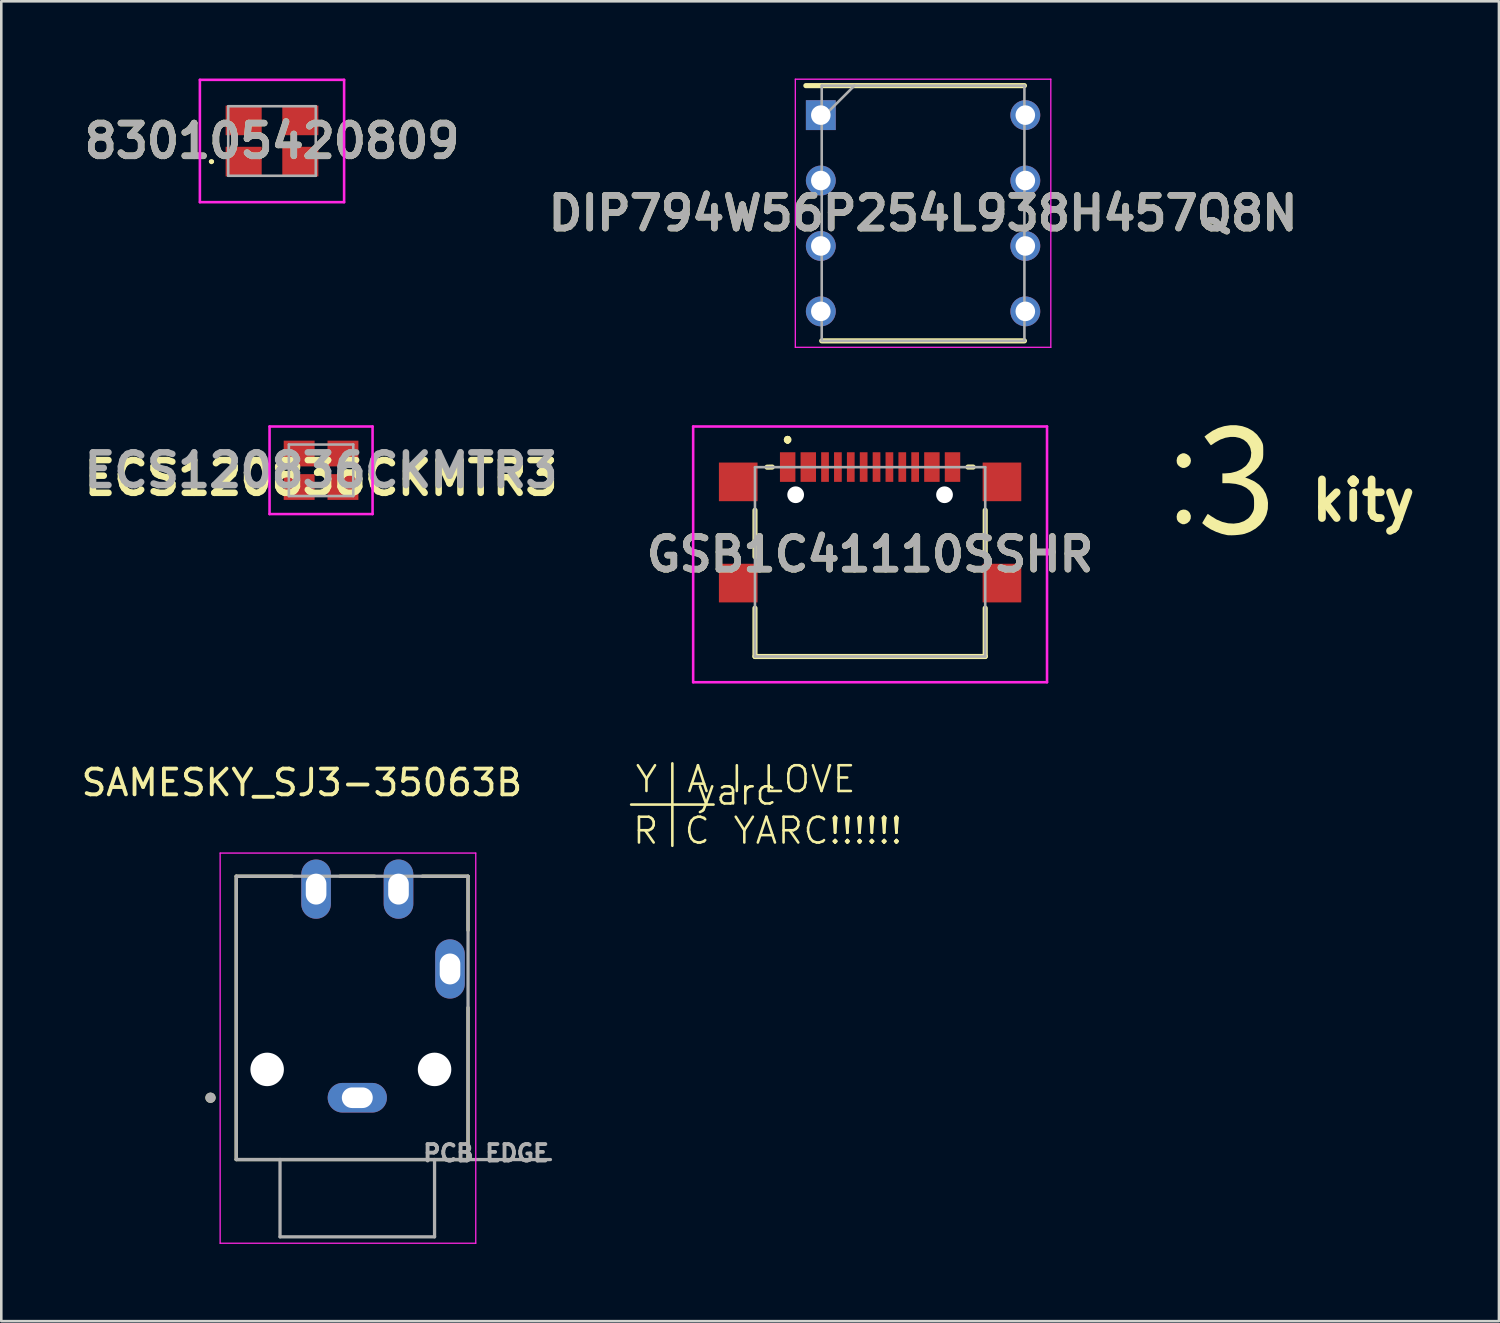
<source format=kicad_pcb>
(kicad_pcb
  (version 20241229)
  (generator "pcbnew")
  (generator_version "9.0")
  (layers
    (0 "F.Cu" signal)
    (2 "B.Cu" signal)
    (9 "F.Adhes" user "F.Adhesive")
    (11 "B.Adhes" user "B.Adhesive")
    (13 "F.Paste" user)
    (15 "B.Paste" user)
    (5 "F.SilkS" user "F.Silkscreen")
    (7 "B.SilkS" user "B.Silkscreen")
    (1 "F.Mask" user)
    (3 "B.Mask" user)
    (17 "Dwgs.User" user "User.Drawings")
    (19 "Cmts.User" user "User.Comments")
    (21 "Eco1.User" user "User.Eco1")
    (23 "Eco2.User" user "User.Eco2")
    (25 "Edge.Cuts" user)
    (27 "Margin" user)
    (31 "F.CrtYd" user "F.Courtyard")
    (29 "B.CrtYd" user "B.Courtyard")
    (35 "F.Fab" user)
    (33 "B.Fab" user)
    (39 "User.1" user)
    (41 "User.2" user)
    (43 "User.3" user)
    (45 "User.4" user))
  (footprint "GSB1C41110SSHR"
    (layer "F.Cu")
    (at 30.734 18.475)
    (property "Reference" "GSB1C41110SSHR" (at 0 0 0) (layer "F.SilkS") (effects (font (size 1.27 1.27) (thickness 0.254))))
    (attr through_hole)
    (fp_line (start -4.47 -1.712) (end -4.47 0.088) (stroke (width 0.2) (type solid)) (layer "F.SilkS"))
    (fp_line (start -4.47 2.088) (end -4.47 3.965) (stroke (width 0.2) (type solid)) (layer "F.SilkS"))
    (fp_line (start -4.47 3.965) (end 4.47 3.965) (stroke (width 0.2) (type solid)) (layer "F.SilkS"))
    (fp_line (start -4 -3.385) (end -3.8 -3.39) (stroke (width 0.2) (type solid)) (layer "F.SilkS"))
    (fp_line (start -3.2 -4.5) (end -3.2 -4.5) (stroke (width 0.2) (type solid)) (layer "F.SilkS"))
    (fp_line (start -3.2 -4.5) (end -3.2 -4.5) (stroke (width 0.2) (type solid)) (layer "F.SilkS"))
    (fp_line (start -3.2 -4.4) (end -3.2 -4.4) (stroke (width 0.2) (type solid)) (layer "F.SilkS"))
    (fp_line (start 3.8 -3.39) (end 4 -3.39) (stroke (width 0.2) (type solid)) (layer "F.SilkS"))
    (fp_line (start 4.47 0.088) (end 4.47 -1.712) (stroke (width 0.2) (type solid)) (layer "F.SilkS"))
    (fp_line (start 4.47 3.965) (end 4.47 2.088) (stroke (width 0.2) (type solid)) (layer "F.SilkS"))
    (fp_arc (start -3.2 -4.5) (mid -3.15 -4.45) (end -3.2 -4.4) (stroke (width 0.2) (type solid)) (layer "F.SilkS"))
    (fp_arc (start -3.2 -4.4) (mid -3.25 -4.45) (end -3.2 -4.5) (stroke (width 0.2) (type solid)) (layer "F.SilkS"))
    (fp_arc (start -3.2 -4.4) (mid -3.25 -4.45) (end -3.2 -4.5) (stroke (width 0.2) (type solid)) (layer "F.SilkS"))
    (fp_line (start -6.87 -4.965) (end 6.87 -4.965) (stroke (width 0.1) (type solid)) (layer "F.CrtYd"))
    (fp_line (start -6.87 4.965) (end -6.87 -4.965) (stroke (width 0.1) (type solid)) (layer "F.CrtYd"))
    (fp_line (start 6.87 -4.965) (end 6.87 4.965) (stroke (width 0.1) (type solid)) (layer "F.CrtYd"))
    (fp_line (start 6.87 4.965) (end -6.87 4.965) (stroke (width 0.1) (type solid)) (layer "F.CrtYd"))
    (fp_line (start -4.47 -3.385) (end -4.47 3.965) (stroke (width 0.1) (type solid)) (layer "F.Fab"))
    (fp_line (start -4.47 3.965) (end 4.47 3.965) (stroke (width 0.1) (type solid)) (layer "F.Fab"))
    (fp_line (start 4.47 -3.385) (end -4.47 -3.385) (stroke (width 0.1) (type solid)) (layer "F.Fab"))
    (fp_line (start 4.47 3.965) (end 4.47 -3.385) (stroke (width 0.1) (type solid)) (layer "F.Fab"))
    (fp_text user "${REFERENCE}" (at 0 0 0) (layer "F.Fab") (effects (font (size 1.27 1.27) (thickness 0.254))))
    (pad "" np_thru_hole circle (at -2.89 -2.315) (size 0.65 0.65) (drill 0.65) (layers "*.Cu" "*.Mask"))
    (pad "" np_thru_hole circle (at 2.89 -2.315) (size 0.65 0.65) (drill 0.65) (layers "*.Cu" "*.Mask"))
    (pad "A1" smd rect (at -3.2 -3.39) (size 0.6 1.15) (layers "F.Cu" "F.Mask" "F.Paste"))
    (pad "A4" smd rect (at -2.4 -3.39) (size 0.6 1.15) (layers "F.Cu" "F.Mask" "F.Paste"))
    (pad "A5" smd rect (at -1.25 -3.39) (size 0.3 1.15) (layers "F.Cu" "F.Mask" "F.Paste"))
    (pad "A6" smd rect (at -0.25 -3.39) (size 0.3 1.15) (layers "F.Cu" "F.Mask" "F.Paste"))
    (pad "A7" smd rect (at 0.25 -3.39) (size 0.3 1.15) (layers "F.Cu" "F.Mask" "F.Paste"))
    (pad "A8" smd rect (at 1.25 -3.39) (size 0.3 1.15) (layers "F.Cu" "F.Mask" "F.Paste"))
    (pad "A9" smd rect (at 2.4 -3.39) (size 0.6 1.15) (layers "F.Cu" "F.Mask" "F.Paste"))
    (pad "A12" smd rect (at 3.2 -3.39) (size 0.6 1.15) (layers "F.Cu" "F.Mask" "F.Paste"))
    (pad "B5" smd rect (at 1.75 -3.39) (size 0.3 1.15) (layers "F.Cu" "F.Mask" "F.Paste"))
    (pad "B6" smd rect (at 0.75 -3.39) (size 0.3 1.15) (layers "F.Cu" "F.Mask" "F.Paste"))
    (pad "B7" smd rect (at -0.75 -3.39) (size 0.3 1.15) (layers "F.Cu" "F.Mask" "F.Paste"))
    (pad "B8" smd rect (at -1.75 -3.39) (size 0.3 1.15) (layers "F.Cu" "F.Mask" "F.Paste"))
    (pad "MP1" smd rect (at -5.12 -2.815 90) (size 1.5 1.5) (layers "F.Cu" "F.Mask" "F.Paste"))
    (pad "MP2" smd rect (at 5.12 -2.815 90) (size 1.5 1.5) (layers "F.Cu" "F.Mask" "F.Paste"))
    (pad "MP3" smd rect (at -5.12 1.115 90) (size 1.5 1.5) (layers "F.Cu" "F.Mask" "F.Paste"))
    (pad "MP4" smd rect (at 5.12 1.115 90) (size 1.5 1.5) (layers "F.Cu" "F.Mask" "F.Paste")))
  (footprint "DIP794W56P254L938H457Q8N"
    (layer "F.Cu")
    (at 32.791 5.23)
    (property "Reference" "DIP794W56P254L938H457Q8N" (at 0 0 0) (layer "F.SilkS") (effects (font (size 1.27 1.27) (thickness 0.254))))
    (attr through_hole)
    (fp_line (start -4.55 -4.955) (end 3.935 -4.955) (stroke (width 0.2) (type solid)) (layer "F.SilkS"))
    (fp_line (start -3.935 4.955) (end 3.935 4.955) (stroke (width 0.2) (type solid)) (layer "F.SilkS"))
    (fp_line (start -4.96 -5.205) (end 4.96 -5.205) (stroke (width 0.05) (type solid)) (layer "F.CrtYd"))
    (fp_line (start -4.96 5.205) (end -4.96 -5.205) (stroke (width 0.05) (type solid)) (layer "F.CrtYd"))
    (fp_line (start 4.96 -5.205) (end 4.96 5.205) (stroke (width 0.05) (type solid)) (layer "F.CrtYd"))
    (fp_line (start 4.96 5.205) (end -4.96 5.205) (stroke (width 0.05) (type solid)) (layer "F.CrtYd"))
    (fp_line (start -3.935 -4.955) (end 3.935 -4.955) (stroke (width 0.1) (type solid)) (layer "F.Fab"))
    (fp_line (start -3.935 -3.685) (end -2.665 -4.955) (stroke (width 0.1) (type solid)) (layer "F.Fab"))
    (fp_line (start -3.935 4.955) (end -3.935 -4.955) (stroke (width 0.1) (type solid)) (layer "F.Fab"))
    (fp_line (start 3.935 -4.955) (end 3.935 4.955) (stroke (width 0.1) (type solid)) (layer "F.Fab"))
    (fp_line (start 3.935 4.955) (end -3.935 4.955) (stroke (width 0.1) (type solid)) (layer "F.Fab"))
    (fp_text user "${REFERENCE}" (at 0 0 0) (layer "F.Fab") (effects (font (size 1.27 1.27) (thickness 0.254))))
    (pad "1" thru_hole rect (at -3.97 -3.81) (size 1.16 1.16) (drill 0.76) (layers "*.Cu" "*.Mask"))
    (pad "2" thru_hole circle (at -3.97 -1.27) (size 1.16 1.16) (drill 0.76) (layers "*.Cu" "*.Mask"))
    (pad "3" thru_hole circle (at -3.97 1.27) (size 1.16 1.16) (drill 0.76) (layers "*.Cu" "*.Mask"))
    (pad "4" thru_hole circle (at -3.97 3.81) (size 1.16 1.16) (drill 0.76) (layers "*.Cu" "*.Mask"))
    (pad "5" thru_hole circle (at 3.97 3.81) (size 1.16 1.16) (drill 0.76) (layers "*.Cu" "*.Mask"))
    (pad "6" thru_hole circle (at 3.97 1.27) (size 1.16 1.16) (drill 0.76) (layers "*.Cu" "*.Mask"))
    (pad "7" thru_hole circle (at 3.97 -1.27) (size 1.16 1.16) (drill 0.76) (layers "*.Cu" "*.Mask"))
    (pad "8" thru_hole circle (at 3.97 -3.81) (size 1.16 1.16) (drill 0.76) (layers "*.Cu" "*.Mask")))
  (footprint "yarc"
    (layer "F.Cu")
    (at 25.556 28.19)
    (property "Reference" "yarc" (at 0 -0.5 0) (unlocked yes) (layer "F.SilkS") (effects (font (size 1 1) (thickness 0.1))))
    (fp_line (start -4.1 0) (end -0.9 0) (stroke (width 0.1) (type default)) (layer "F.SilkS"))
    (fp_line (start -2.5 -1.6) (end -2.5 1.6) (stroke (width 0.1) (type default)) (layer "F.SilkS"))
    (fp_text user "R" (at -4.1 1.6 0) (unlocked yes) (layer "F.SilkS") (effects (font (size 1 1) (thickness 0.1)) (justify left bottom)))
    (fp_text user "I LOVE" (at -0.3 -0.4 0) (unlocked yes) (layer "F.SilkS") (effects (font (size 1 1) (thickness 0.1)) (justify left bottom)))
    (fp_text user "C" (at -2.1 1.6 0) (unlocked yes) (layer "F.SilkS") (effects (font (size 1 1) (thickness 0.1)) (justify left bottom)))
    (fp_text user "A" (at -2 -0.4 0) (unlocked yes) (layer "F.SilkS") (effects (font (size 1 1) (thickness 0.1)) (justify left bottom)))
    (fp_text user "Y" (at -4 -0.4 0) (unlocked yes) (layer "F.SilkS") (effects (font (size 1 1) (thickness 0.1)) (justify left bottom)))
    (fp_text user "YARC!!!!!!" (at -0.2 1.6 0) (unlocked yes) (layer "F.SilkS") (effects (font (size 1 1) (thickness 0.1)) (justify left bottom))))
  (footprint "830105420809"
    (layer "F.Cu")
    (at 7.511 2.425)
    (property "Reference" "830105420809" (at 0 0 0) (layer "F.SilkS") (effects (font (size 1.27 1.27) (thickness 0.254))))
    (attr smd)
    (fp_line (start -2.4 0.8) (end -2.4 0.8) (stroke (width 0.1) (type solid)) (layer "F.SilkS"))
    (fp_line (start -2.3 0.8) (end -2.3 0.8) (stroke (width 0.1) (type solid)) (layer "F.SilkS"))
    (fp_arc (start -2.4 0.8) (mid -2.35 0.75) (end -2.3 0.8) (stroke (width 0.1) (type solid)) (layer "F.SilkS"))
    (fp_arc (start -2.3 0.8) (mid -2.35 0.85) (end -2.4 0.8) (stroke (width 0.1) (type solid)) (layer "F.SilkS"))
    (fp_line (start -2.8 -2.375) (end 2.8 -2.375) (stroke (width 0.1) (type solid)) (layer "F.CrtYd"))
    (fp_line (start -2.8 2.375) (end -2.8 -2.375) (stroke (width 0.1) (type solid)) (layer "F.CrtYd"))
    (fp_line (start 2.8 -2.375) (end 2.8 2.375) (stroke (width 0.1) (type solid)) (layer "F.CrtYd"))
    (fp_line (start 2.8 2.375) (end -2.8 2.375) (stroke (width 0.1) (type solid)) (layer "F.CrtYd"))
    (fp_line (start -1.7 -1.35) (end 1.7 -1.35) (stroke (width 0.1) (type solid)) (layer "F.Fab"))
    (fp_line (start -1.7 1.35) (end -1.7 -1.35) (stroke (width 0.1) (type solid)) (layer "F.Fab"))
    (fp_line (start 1.7 -1.35) (end 1.7 1.35) (stroke (width 0.1) (type solid)) (layer "F.Fab"))
    (fp_line (start 1.7 1.35) (end -1.7 1.35) (stroke (width 0.1) (type solid)) (layer "F.Fab"))
    (fp_text user "${REFERENCE}" (at 0 0 0) (layer "F.Fab") (effects (font (size 1.27 1.27) (thickness 0.254))))
    (pad "1" smd rect (at -1.1 0.8 90) (size 1.15 1.4) (layers "F.Cu" "F.Mask" "F.Paste"))
    (pad "2" smd rect (at 1.1 0.8 90) (size 1.15 1.4) (layers "F.Cu" "F.Mask" "F.Paste"))
    (pad "3" smd rect (at 1.1 -0.8 90) (size 1.15 1.4) (layers "F.Cu" "F.Mask" "F.Paste"))
    (pad "4" smd rect (at -1.1 -0.8 90) (size 1.15 1.4) (layers "F.Cu" "F.Mask" "F.Paste")))
  (footprint "SAMESKY_SJ3-35063B"
    (layer "F.Cu")
    (at 10.823 39.573)
    (property "Reference" "SAMESKY_SJ3-35063B" (at -2.15 -12.235 0) (layer "F.SilkS") (effects (font (size 1 1) (thickness 0.15))))
    (attr through_hole)
    (fp_line (start -4.7 2.4) (end -4.7 -8.6) (stroke (width 0.127) (type solid)) (layer "F.SilkS"))
    (fp_line (start -2.525 -8.6) (end -4.7 -8.6) (stroke (width 0.127) (type solid)) (layer "F.SilkS"))
    (fp_line (start 0.675 -8.6) (end -0.675 -8.6) (stroke (width 0.127) (type solid)) (layer "F.SilkS"))
    (fp_line (start 4.3 -8.6) (end 2.525 -8.6) (stroke (width 0.127) (type solid)) (layer "F.SilkS"))
    (fp_line (start 4.3 -8.6) (end 4.3 -6.5) (stroke (width 0.127) (type solid)) (layer "F.SilkS"))
    (fp_line (start 4.3 -3.5) (end 4.3 2.4) (stroke (width 0.127) (type solid)) (layer "F.SilkS"))
    (fp_line (start 4.3 2.4) (end -4.7 2.4) (stroke (width 0.127) (type solid)) (layer "F.SilkS"))
    (fp_circle (center -5.7 0) (end -5.6 0) (stroke (width 0.2) (type solid)) (fill no) (layer "F.SilkS"))
    (fp_line (start -5.325 -9.5) (end 4.6 -9.5) (stroke (width 0.05) (type solid)) (layer "F.CrtYd"))
    (fp_line (start -5.325 5.65) (end -5.325 -9.5) (stroke (width 0.05) (type solid)) (layer "F.CrtYd"))
    (fp_line (start 4.6 -9.5) (end 4.6 5.65) (stroke (width 0.05) (type solid)) (layer "F.CrtYd"))
    (fp_line (start 4.6 5.65) (end -5.325 5.65) (stroke (width 0.05) (type solid)) (layer "F.CrtYd"))
    (fp_line (start -4.7 -8.6) (end 4.3 -8.6) (stroke (width 0.127) (type solid)) (layer "F.Fab"))
    (fp_line (start -4.7 2.4) (end -4.7 -8.6) (stroke (width 0.127) (type solid)) (layer "F.Fab"))
    (fp_line (start -3 2.4) (end -4.7 2.4) (stroke (width 0.127) (type solid)) (layer "F.Fab"))
    (fp_line (start -3 5.4) (end -3 2.4) (stroke (width 0.127) (type solid)) (layer "F.Fab"))
    (fp_line (start 3 2.4) (end -3 2.4) (stroke (width 0.127) (type solid)) (layer "F.Fab"))
    (fp_line (start 3 2.4) (end 3 5.4) (stroke (width 0.127) (type solid)) (layer "F.Fab"))
    (fp_line (start 3 5.4) (end -3 5.4) (stroke (width 0.127) (type solid)) (layer "F.Fab"))
    (fp_line (start 4.3 -8.6) (end 4.3 2.4) (stroke (width 0.127) (type solid)) (layer "F.Fab"))
    (fp_line (start 4.3 2.4) (end 3 2.4) (stroke (width 0.127) (type solid)) (layer "F.Fab"))
    (fp_line (start 4.3 2.4) (end 7.5 2.4) (stroke (width 0.127) (type solid)) (layer "F.Fab"))
    (fp_circle (center -5.7 0) (end -5.6 0) (stroke (width 0.2) (type solid)) (fill no) (layer "F.Fab"))
    (fp_text user "PCB EDGE" (at 5 2.15 0) (layer "F.Fab") (effects (font (size 0.64 0.64) (thickness 0.15))))
    (pad "" np_thru_hole circle (at -3.5 -1.1) (size 1.3 1.3) (drill 1.3) (layers "*.Cu" "*.Mask"))
    (pad "" np_thru_hole circle (at 3 -1.1) (size 1.3 1.3) (drill 1.3) (layers "*.Cu" "*.Mask"))
    (pad "1" thru_hole oval (at 0 0) (size 2.3 1.15) (drill oval 1.2 0.8) (layers "*.Cu" "*.Mask"))
    (pad "2" thru_hole oval (at -1.6 -8.1) (size 1.15 2.3) (drill oval 0.8 1.2) (layers "*.Cu" "*.Mask"))
    (pad "3" thru_hole oval (at 3.6 -5) (size 1.15 2.3) (drill oval 0.8 1.2) (layers "*.Cu" "*.Mask"))
    (pad "4" thru_hole oval (at 1.6 -8.1) (size 1.15 2.3) (drill oval 0.8 1.2) (layers "*.Cu" "*.Mask")))
  (footprint "kity"
    (layer "F.Cu")
    (at 44.336 15.585)
    (property "Reference" "kity" (at 5.55 0.8 0) (layer "F.SilkS") (effects (font (size 1.5 1.5) (thickness 0.3))))
    (attr board_only exclude_from_pos_files exclude_from_bom)
    (fp_poly (pts (xy -1.394 -1.035) (xy -1.309 -1.003) (xy -1.217 -0.936) (xy -1.162 -0.846) (xy -1.144 -0.746) (xy -1.164 -0.646) (xy -1.22 -0.558) (xy -1.303 -0.499) (xy -1.395 -0.465) (xy -1.471 -0.465) (xy -1.551 -0.499) (xy -1.565 -0.507) (xy -1.647 -0.574) (xy -1.689 -0.656) (xy -1.7 -0.755) (xy -1.679 -0.87) (xy -1.614 -0.959) (xy -1.547 -1.004) (xy -1.466 -1.036)) (stroke (width 0) (type solid)) (fill yes) (layer "F.SilkS"))
    (fp_poly (pts (xy -1.349 1.158) (xy -1.258 1.203) (xy -1.189 1.28) (xy -1.148 1.39) (xy -1.153 1.501) (xy -1.2 1.6) (xy -1.286 1.676) (xy -1.309 1.688) (xy -1.401 1.721) (xy -1.479 1.718) (xy -1.564 1.677) (xy -1.565 1.677) (xy -1.646 1.612) (xy -1.688 1.532) (xy -1.7 1.426) (xy -1.679 1.317) (xy -1.623 1.232) (xy -1.542 1.176) (xy -1.447 1.15)) (stroke (width 0) (type solid)) (fill yes) (layer "F.SilkS"))
    (fp_poly (pts (xy 0.625 -2.124) (xy 0.851 -2.087) (xy 1.063 -2.013) (xy 1.254 -1.905) (xy 1.42 -1.762) (xy 1.554 -1.584) (xy 1.577 -1.545) (xy 1.615 -1.472) (xy 1.64 -1.412) (xy 1.655 -1.352) (xy 1.661 -1.276) (xy 1.664 -1.171) (xy 1.664 -1.105) (xy 1.663 -0.977) (xy 1.657 -0.885) (xy 1.646 -0.816) (xy 1.626 -0.754) (xy 1.595 -0.687) (xy 1.595 -0.686) (xy 1.47 -0.489) (xy 1.307 -0.318) (xy 1.133 -0.193) (xy 0.963 -0.094) (xy 1.094 -0.048) (xy 1.319 0.055) (xy 1.508 0.189) (xy 1.658 0.353) (xy 1.766 0.544) (xy 1.831 0.758) (xy 1.848 0.889) (xy 1.84 1.129) (xy 1.787 1.352) (xy 1.689 1.555) (xy 1.549 1.735) (xy 1.37 1.888) (xy 1.155 2.012) (xy 0.94 2.093) (xy 0.841 2.115) (xy 0.712 2.132) (xy 0.569 2.145) (xy 0.43 2.15) (xy 0.314 2.148) (xy 0.267 2.143) (xy 0.052 2.093) (xy -0.165 2.017) (xy -0.369 1.921) (xy -0.544 1.811) (xy -0.605 1.764) (xy -0.708 1.675) (xy -0.606 1.498) (xy -0.557 1.416) (xy -0.517 1.354) (xy -0.493 1.323) (xy -0.49 1.321) (xy -0.464 1.335) (xy -0.41 1.37) (xy -0.359 1.407) (xy -0.146 1.538) (xy 0.075 1.63) (xy 0.298 1.683) (xy 0.516 1.696) (xy 0.723 1.669) (xy 0.913 1.601) (xy 1.08 1.493) (xy 1.081 1.492) (xy 1.137 1.432) (xy 1.198 1.349) (xy 1.233 1.291) (xy 1.269 1.222) (xy 1.291 1.161) (xy 1.303 1.093) (xy 1.307 1) (xy 1.308 0.914) (xy 1.306 0.79) (xy 1.298 0.702) (xy 1.282 0.634) (xy 1.255 0.573) (xy 1.252 0.569) (xy 1.145 0.422) (xy 0.998 0.303) (xy 0.814 0.213) (xy 0.597 0.154) (xy 0.349 0.128) (xy 0.276 0.127) (xy 0.076 0.127) (xy 0.076 -0.064) (xy 0.076 -0.254) (xy 0.171 -0.254) (xy 0.405 -0.273) (xy 0.622 -0.328) (xy 0.814 -0.415) (xy 0.972 -0.532) (xy 1.012 -0.572) (xy 1.12 -0.724) (xy 1.182 -0.889) (xy 1.197 -1.061) (xy 1.163 -1.233) (xy 1.128 -1.315) (xy 1.033 -1.453) (xy 0.905 -1.559) (xy 0.75 -1.63) (xy 0.575 -1.668) (xy 0.387 -1.67) (xy 0.192 -1.637) (xy -0.004 -1.567) (xy -0.194 -1.46) (xy -0.214 -1.447) (xy -0.287 -1.397) (xy -0.342 -1.361) (xy -0.368 -1.346) (xy -0.368 -1.346) (xy -0.387 -1.365) (xy -0.427 -1.416) (xy -0.481 -1.489) (xy -0.499 -1.515) (xy -0.619 -1.683) (xy -0.532 -1.754) (xy -0.316 -1.904) (xy -0.087 -2.016) (xy 0.15 -2.089) (xy 0.389 -2.125)) (stroke (width 0) (type solid)) (fill yes) (layer "F.SilkS")))
  (footprint "ECS120836CKMTR3"
    (layer "F.Cu")
    (at 9.416 15.21)
    (property "Reference" "ECS120836CKMTR3" (at 0 0.3 0) (layer "F.SilkS") (effects (font (size 1.27 1.27) (thickness 0.254))))
    (attr smd)
    (fp_line (start -2 -1.7) (end 2 -1.7) (stroke (width 0.1) (type solid)) (layer "F.CrtYd"))
    (fp_line (start -2 1.7) (end -2 -1.7) (stroke (width 0.1) (type solid)) (layer "F.CrtYd"))
    (fp_line (start 2 -1.7) (end 2 1.7) (stroke (width 0.1) (type solid)) (layer "F.CrtYd"))
    (fp_line (start 2 1.7) (end -2 1.7) (stroke (width 0.1) (type solid)) (layer "F.CrtYd"))
    (fp_line (start -1.25 -1) (end -1.25 1) (stroke (width 0.1) (type solid)) (layer "F.Fab"))
    (fp_line (start -1.25 1) (end 1.25 1) (stroke (width 0.1) (type solid)) (layer "F.Fab"))
    (fp_line (start 1.25 -1) (end -1.25 -1) (stroke (width 0.1) (type solid)) (layer "F.Fab"))
    (fp_line (start 1.25 1) (end 1.25 -1) (stroke (width 0.1) (type solid)) (layer "F.Fab"))
    (fp_text user "${REFERENCE}" (at 0 0 0) (layer "F.Fab") (effects (font (size 1.27 1.27) (thickness 0.254))))
    (pad "1" smd rect (at -0.85 0.65 90) (size 1 1.2) (layers "F.Cu" "F.Mask" "F.Paste"))
    (pad "2" smd rect (at 0.85 0.65 90) (size 1 1.2) (layers "F.Cu" "F.Mask" "F.Paste"))
    (pad "3" smd rect (at 0.85 -0.65 90) (size 1 1.2) (layers "F.Cu" "F.Mask" "F.Paste"))
    (pad "4" smd rect (at -0.85 -0.65 90) (size 1 1.2) (layers "F.Cu" "F.Mask" "F.Paste")))
  (gr_rect
    (start -3 -3)
    (end 55.151 48.248)
    (stroke (width 0.1) (type default))
    (fill no)
    (layer "Edge.Cuts")))
</source>
